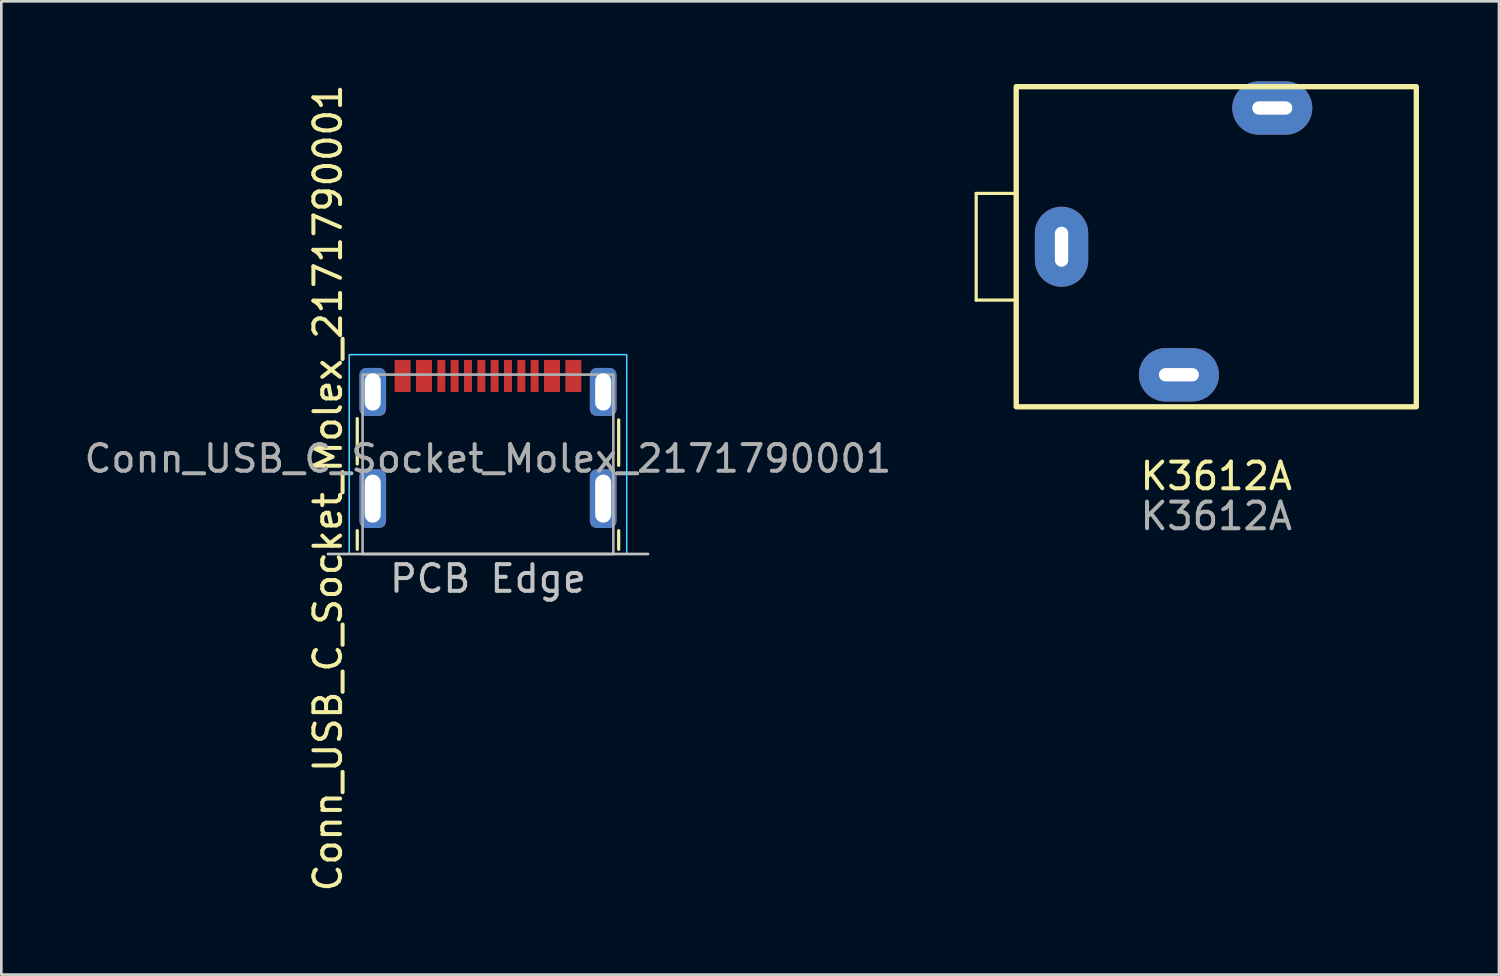
<source format=kicad_pcb>
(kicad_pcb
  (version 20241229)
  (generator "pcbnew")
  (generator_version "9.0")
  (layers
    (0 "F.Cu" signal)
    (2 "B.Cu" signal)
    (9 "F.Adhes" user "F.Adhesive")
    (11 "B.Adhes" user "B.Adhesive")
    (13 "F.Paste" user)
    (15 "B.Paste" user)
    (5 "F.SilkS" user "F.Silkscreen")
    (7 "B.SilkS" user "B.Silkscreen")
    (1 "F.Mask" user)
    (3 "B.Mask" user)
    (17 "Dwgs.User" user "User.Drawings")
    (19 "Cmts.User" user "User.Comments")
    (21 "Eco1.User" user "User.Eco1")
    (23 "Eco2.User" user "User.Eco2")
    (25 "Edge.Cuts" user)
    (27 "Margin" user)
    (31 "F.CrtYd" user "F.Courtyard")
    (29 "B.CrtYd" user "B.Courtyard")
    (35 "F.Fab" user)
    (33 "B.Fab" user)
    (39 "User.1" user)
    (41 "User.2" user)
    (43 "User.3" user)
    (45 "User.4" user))
  (footprint "Conn_USB_C_Socket_Molex_2171790001"
    (layer "F.Cu")
    (at 15.244 11.044)
    (property "Reference" "Conn_USB_C_Socket_Molex_2171790001" (at -6 4.2 90) (unlocked yes) (layer "F.SilkS") (effects (font (size 1 1) (thickness 0.15))))
    (attr smd)
    (fp_line (start -4.9 1.6) (end -4.9 3.3) (stroke (width 0.12) (type solid)) (layer "F.SilkS"))
    (fp_line (start -4.9 6.5) (end -4.9 5.8) (stroke (width 0.12) (type solid)) (layer "F.SilkS"))
    (fp_line (start 4.9 1.65) (end 4.9 3.35) (stroke (width 0.12) (type solid)) (layer "F.SilkS"))
    (fp_line (start 4.9 6.5) (end 4.9 5.8) (stroke (width 0.12) (type solid)) (layer "F.SilkS"))
    (fp_line (start 6 6.675) (end -6 6.675) (stroke (width 0.1) (type solid)) (layer "Dwgs.User"))
    (fp_rect (start -5.2 -0.8) (end 5.2 6.675) (stroke (width 0.05) (type solid)) (fill no) (layer "B.CrtYd"))
    (fp_rect (start -5.2 -0.8) (end 5.2 6.675) (stroke (width 0.05) (type solid)) (fill no) (layer "F.CrtYd"))
    (fp_rect (start -4.7 -0.05) (end 4.7 6.675) (stroke (width 0.1) (type solid)) (fill no) (layer "F.Fab"))
    (fp_text user "PCB Edge" (at 0 7.6 0) (unlocked yes) (layer "Dwgs.User") (effects (font (size 1 1) (thickness 0.15))))
    (fp_text user "${REFERENCE}" (at 0 3.1 0) (unlocked yes) (layer "F.Fab") (effects (font (size 1 1) (thickness 0.15))))
    (pad "A1" smd rect (at -3.2 0) (size 0.6 1.2) (layers "F.Cu" "F.Mask" "F.Paste"))
    (pad "A1" smd rect (at 3.2 0) (size 0.6 1.2) (layers "F.Cu" "F.Mask" "F.Paste"))
    (pad "A4" smd rect (at -2.4 0) (size 0.6 1.2) (layers "F.Cu" "F.Mask" "F.Paste"))
    (pad "A4" smd rect (at 2.4 0) (size 0.6 1.2) (layers "F.Cu" "F.Mask" "F.Paste"))
    (pad "A5" smd rect (at -1.25 0) (size 0.3 1.2) (layers "F.Cu" "F.Mask" "F.Paste"))
    (pad "A6" smd rect (at -0.25 0) (size 0.3 1.2) (layers "F.Cu" "F.Mask" "F.Paste"))
    (pad "A7" smd rect (at 0.25 0) (size 0.3 1.2) (layers "F.Cu" "F.Mask" "F.Paste"))
    (pad "A8" smd rect (at 1.25 0) (size 0.3 1.2) (layers "F.Cu" "F.Mask" "F.Paste"))
    (pad "B5" smd rect (at 1.75 0) (size 0.3 1.2) (layers "F.Cu" "F.Mask" "F.Paste"))
    (pad "B6" smd rect (at 0.75 0) (size 0.3 1.2) (layers "F.Cu" "F.Mask" "F.Paste"))
    (pad "B7" smd rect (at -0.75 0) (size 0.3 1.2) (layers "F.Cu" "F.Mask" "F.Paste"))
    (pad "B8" smd rect (at -1.75 0) (size 0.3 1.2) (layers "F.Cu" "F.Mask" "F.Paste"))
    (pad "S1" thru_hole roundrect (at -4.32 0.6) (size 1 1.8) (drill oval 0.6 1.4) (layers "*.Cu" "*.Mask" "F.Paste") (roundrect_rratio 0.25))
    (pad "S1" thru_hole roundrect (at -4.32 4.6) (size 1 2.2) (drill oval 0.6 1.8) (layers "*.Cu" "*.Mask" "F.Paste") (roundrect_rratio 0.25))
    (pad "S1" thru_hole roundrect (at 4.32 0.6) (size 1 1.8) (drill oval 0.6 1.4) (layers "*.Cu" "*.Mask" "F.Paste") (roundrect_rratio 0.25))
    (pad "S1" thru_hole roundrect (at 4.32 4.6) (size 1 2.2) (drill oval 0.6 1.8) (layers "*.Cu" "*.Mask" "F.Paste") (roundrect_rratio 0.25)))
  (footprint "K3612A"
    (layer "F.Cu")
    (at 42.548 6.2)
    (property "Reference" "K3612A" (at 0 8.6 0) (unlocked yes) (layer "F.SilkS") (effects (font (size 1 1) (thickness 0.15))))
    (attr through_hole)
    (fp_line (start -9 -2) (end -9 2) (stroke (width 0.12) (type solid)) (layer "F.SilkS"))
    (fp_line (start -9 2) (end -7.6 2) (stroke (width 0.12) (type solid)) (layer "F.SilkS"))
    (fp_line (start -7.5 -2) (end -9 -2) (stroke (width 0.12) (type solid)) (layer "F.SilkS"))
    (fp_rect (start -7.5 -6) (end 7.5 6) (stroke (width 0.2) (type solid)) (fill no) (layer "F.SilkS"))
    (fp_text user "${REFERENCE}" (at 0 10.1 0) (unlocked yes) (layer "F.Fab") (effects (font (size 1 1) (thickness 0.15))))
    (pad "1" thru_hole oval (at -5.8 0) (size 2 3) (drill oval 0.5 1.5) (layers "*.Cu" "*.Mask"))
    (pad "2" thru_hole oval (at -1.4 4.8 90) (size 2 3) (drill oval 0.5 1.5) (layers "*.Cu" "*.Mask"))
    (pad "3" thru_hole oval (at 2.1 -5.2 90) (size 2 3) (drill oval 0.5 1.5) (layers "*.Cu" "*.Mask")))
  (gr_rect
    (start -3 -3)
    (end 53.148 33.488)
    (stroke (width 0.1) (type default))
    (fill no)
    (layer "Edge.Cuts")))
</source>
